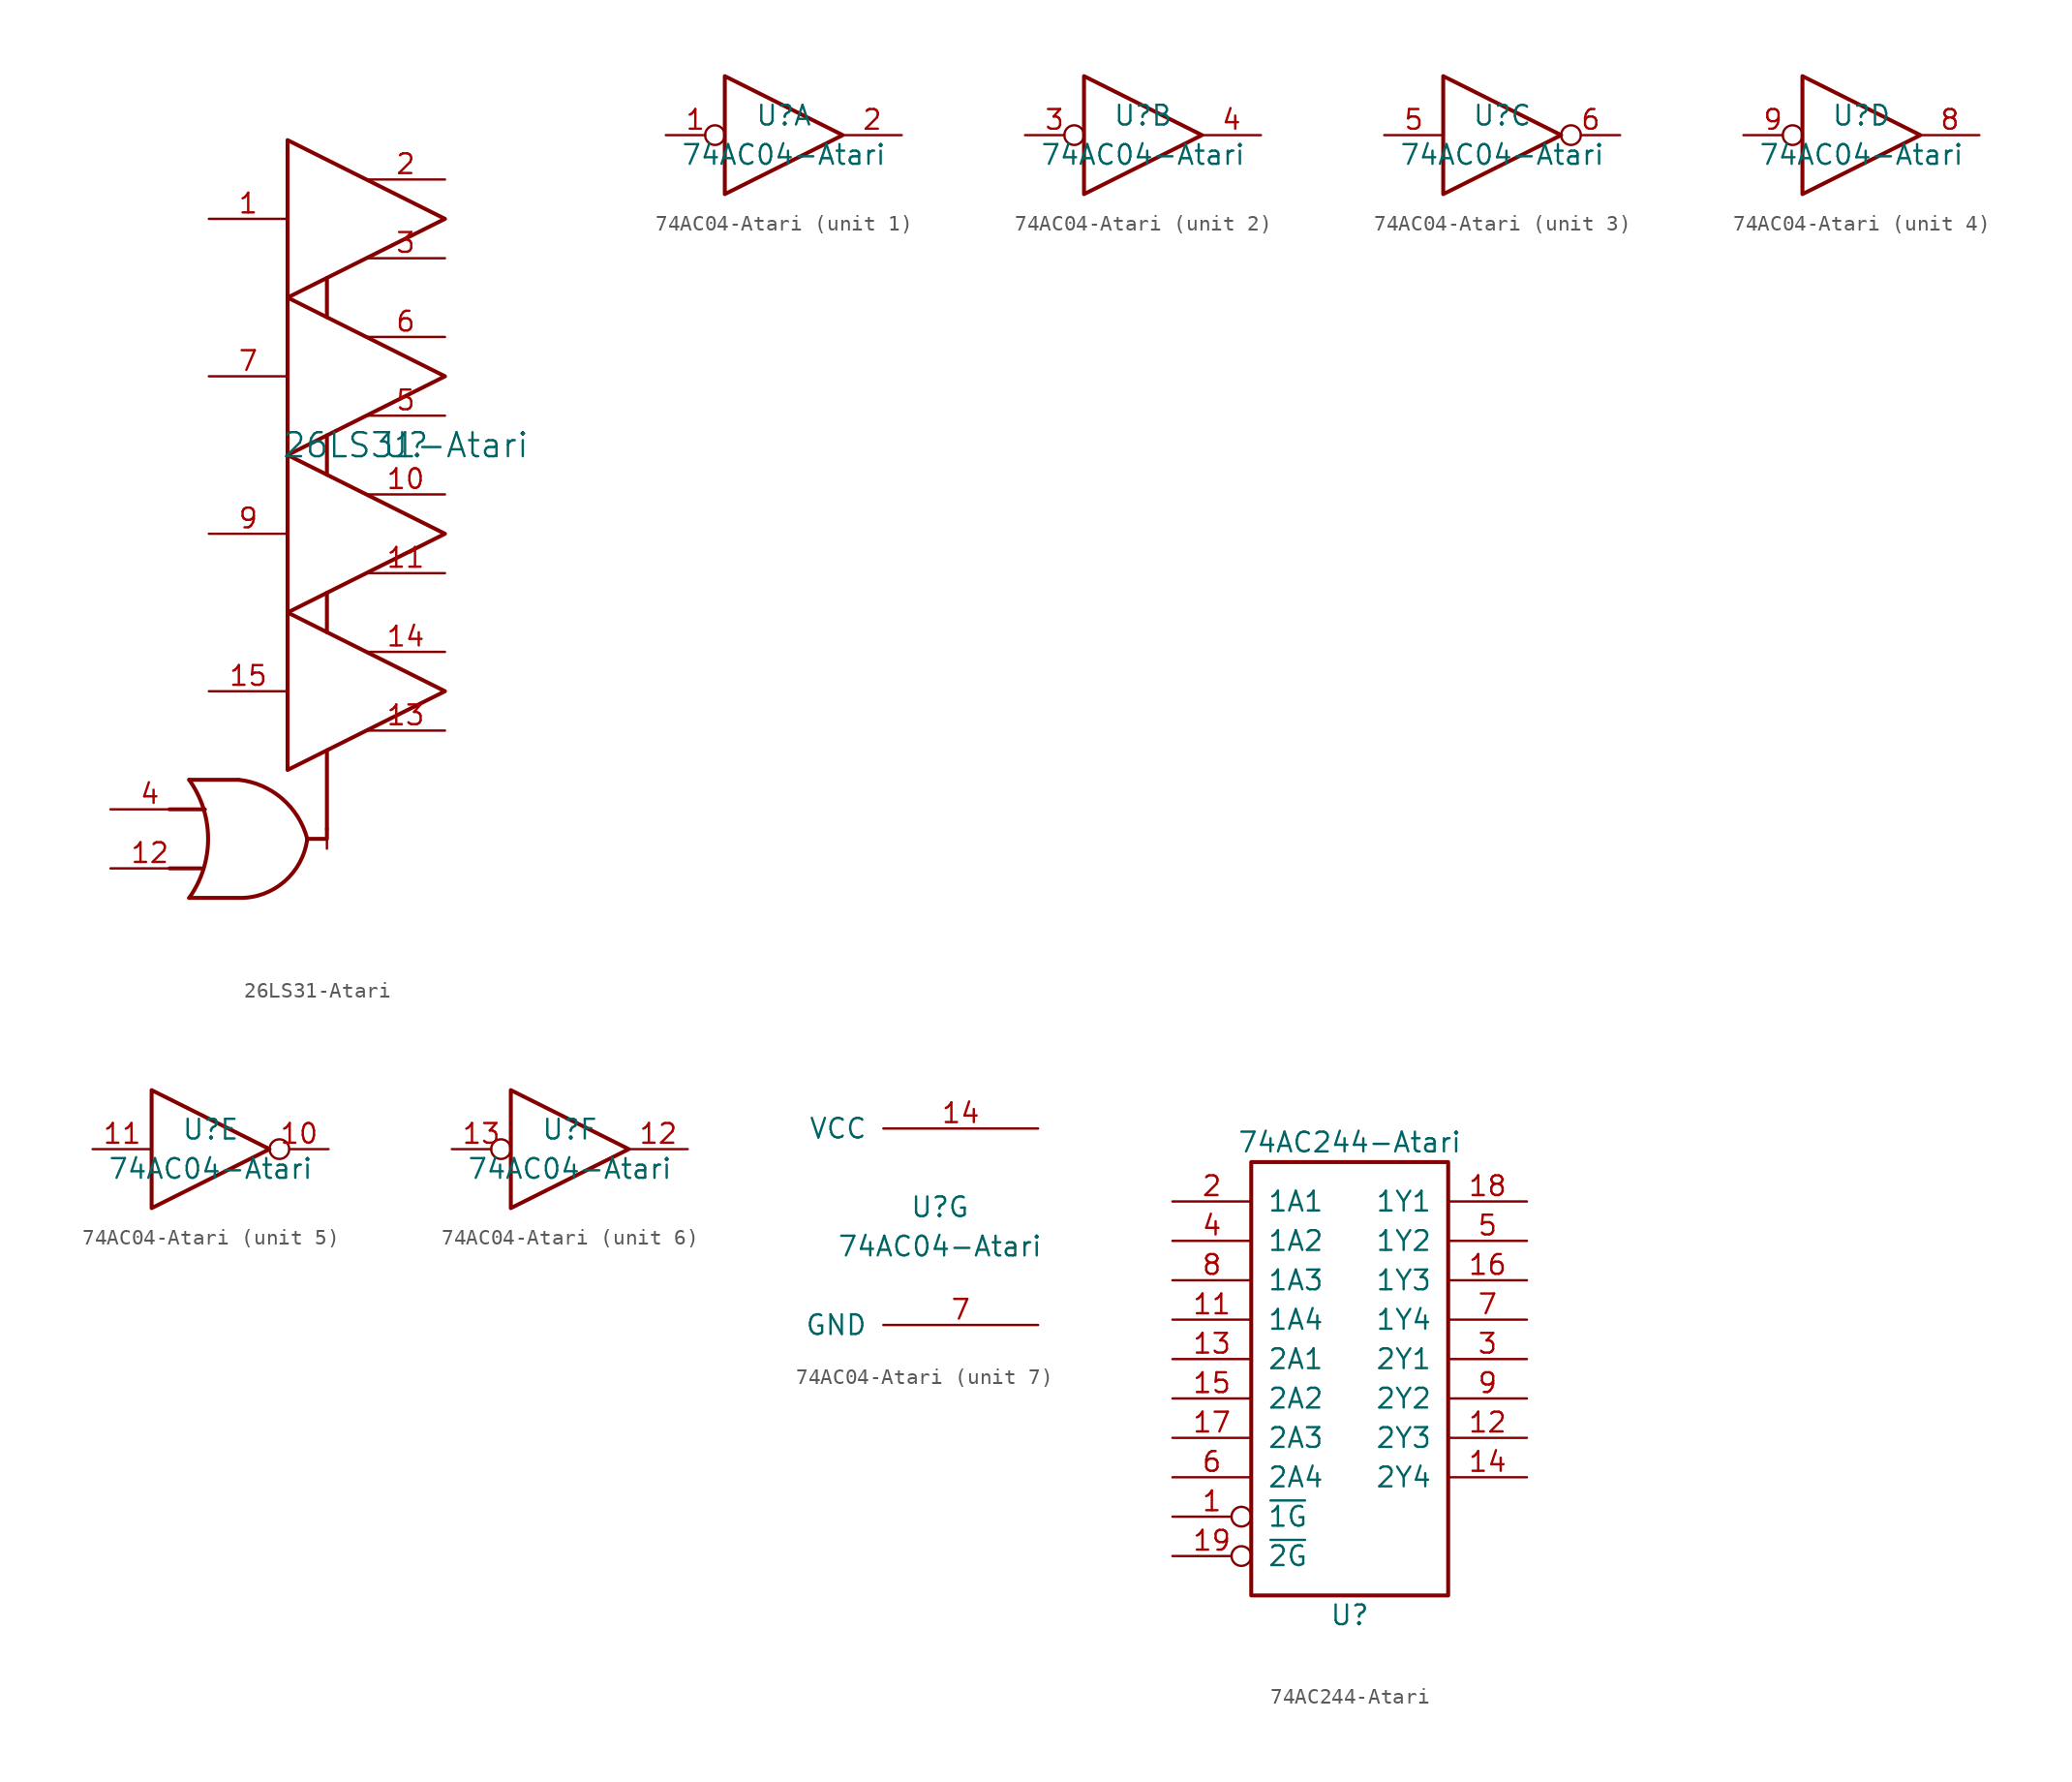
<source format=kicad_sym>
(kicad_symbol_lib
  (version 20231120)
  (generator "kicad_symbol_editor")
  (generator_version "8.0")
  (symbol "26LS31-Atari"
    (pin_names
      (offset 1.016))
    (property "Reference" "U"
      (at 3.81 0.635 0)
      (effects (font (size 1.549 1.549))))
    (property "Value" "26LS31-Atari"
      (at 3.81 0.635 0)
      (effects (font (size 1.549 1.549))))
    (symbol "26LS31-Atari_0_0"
      (polyline (pts (xy -9.398 -26.67) (xy -11.43 -26.67)) (stroke (width 0.254) (type solid)) (fill (type none)))
      (polyline (pts (xy -9.144 -22.86) (xy -11.43 -22.86)) (stroke (width 0.254) (type solid)) (fill (type none)))
      (polyline (pts (xy -1.27 -19.05) (xy -1.27 -24.13)) (stroke (width 0.254) (type solid)) (fill (type none)))
      (polyline (pts (xy -1.27 -8.89) (xy -1.27 -11.43)) (stroke (width 0.254) (type solid)) (fill (type none)))
      (polyline (pts (xy -1.27 1.27) (xy -1.27 -1.27)) (stroke (width 0.254) (type solid)) (fill (type none)))
      (polyline (pts (xy -1.27 11.43) (xy -1.27 8.89)) (stroke (width 0.254) (type solid)) (fill (type none)))
      (polyline (pts (xy -2.54 -24.765) (xy -1.27 -24.765) (xy -1.27 -24.13)) (stroke (width 0.254) (type solid)) (fill (type none)))
      (polyline (pts (xy -3.81 -10.16) (xy -3.81 -20.32) (xy 6.35 -15.24) (xy -3.81 -10.16)) (stroke (width 0.254) (type solid)) (fill (type none)))
      (polyline (pts (xy -3.81 0) (xy -3.81 -10.16) (xy 6.35 -5.08) (xy -3.81 0)) (stroke (width 0.254) (type solid)) (fill (type none)))
      (polyline (pts (xy -3.81 10.16) (xy 6.35 5.08) (xy -3.81 0) (xy -3.81 10.16)) (stroke (width 0.254) (type solid)) (fill (type none)))
      (polyline (pts (xy -3.81 20.32) (xy -3.81 10.16) (xy 6.35 15.24) (xy -3.81 20.32)) (stroke (width 0.254) (type solid)) (fill (type none))))
    (symbol "26LS31-Atari_0_1"
      (polyline (pts (xy -3.81 -19.685) (xy -3.81 -10.795)) (stroke (width 0.254) (type solid)) (fill (type none)))
      (polyline (pts (xy -3.81 -9.525) (xy -3.81 -0.635)) (stroke (width 0.254) (type solid)) (fill (type none)))
      (polyline (pts (xy -3.81 0.635) (xy -3.81 9.525)) (stroke (width 0.254) (type solid)) (fill (type none)))
      (polyline (pts (xy -3.81 10.795) (xy -3.81 19.685)) (stroke (width 0.254) (type solid)) (fill (type none)))
      (polyline (pts (xy -1.27 -25.4) (xy -1.27 -24.13)) (stroke (width 0) (type solid)) (fill (type none)))
      (pin power_in line (at -1.27 19.05 270) (length 0) hide (name "VCC" (effects (font (size 1.27 1.27)))) (number "16" (effects (font (size 1.27 1.27)))))
      (pin power_in line (at -1.27 -25.4 90) (length 5.08) hide (name "GND" (effects (font (size 1.27 1.27)))) (number "8" (effects (font (size 1.27 1.27))))))
    (symbol "26LS31-Atari_1_0"
      (pin input line (at -8.89 15.24 0) (length 5.08) (name "~" (effects (font (size 0 0)))) (number "1" (effects (font (size 1.27 1.27)))))
      (pin output line (at 6.35 -2.54 180) (length 5.08) (name "~" (effects (font (size 0 0)))) (number "10" (effects (font (size 1.27 1.27)))))
      (pin output line (at 6.35 -7.62 180) (length 5.08) (name "~" (effects (font (size 0 0)))) (number "11" (effects (font (size 1.27 1.27)))))
      (pin power_in line (at -15.24 -26.67 0) (length 5.08) (name "~" (effects (font (size 0 0)))) (number "12" (effects (font (size 1.27 1.27)))))
      (pin output line (at 6.35 -17.78 180) (length 5.08) (name "~" (effects (font (size 0 0)))) (number "13" (effects (font (size 1.27 1.27)))))
      (pin power_in line (at 6.35 -12.7 180) (length 5.08) (name "~" (effects (font (size 0 0)))) (number "14" (effects (font (size 1.27 1.27)))))
      (pin input line (at -8.89 -15.24 0) (length 5.08) (name "~" (effects (font (size 0 0)))) (number "15" (effects (font (size 1.27 1.27)))))
      (pin output line (at 6.35 17.78 180) (length 5.08) (name "~" (effects (font (size 0 0)))) (number "2" (effects (font (size 1.27 1.27)))))
      (pin output line (at 6.35 12.7 180) (length 5.08) (name "~" (effects (font (size 0 0)))) (number "3" (effects (font (size 1.27 1.27)))))
      (pin input line (at -15.24 -22.86 0) (length 5.08) (name "~" (effects (font (size 0 0)))) (number "4" (effects (font (size 1.27 1.27)))))
      (pin output line (at 6.35 2.54 180) (length 5.08) (name "~" (effects (font (size 0 0)))) (number "5" (effects (font (size 1.27 1.27)))))
      (pin output line (at 6.35 7.62 180) (length 5.08) (name "~" (effects (font (size 0 0)))) (number "6" (effects (font (size 1.27 1.27)))))
      (pin input line (at -8.89 5.08 0) (length 5.08) (name "~" (effects (font (size 0 0)))) (number "7" (effects (font (size 1.27 1.27)))))
      (pin input line (at -8.89 -5.08 0) (length 5.08) (name "~" (effects (font (size 0 0)))) (number "9" (effects (font (size 1.27 1.27))))))
    (symbol "26LS31-Atari_1_1"
      (arc (start -10.16 -28.575) (mid -8.939 -24.765) (end -10.16 -20.955) (stroke (width 0.254) (type solid)) (fill (type none)))
      (arc (start -6.9596 -28.575) (mid -4.012 -27.516) (end -2.54 -24.765) (stroke (width 0.254) (type solid)) (fill (type none)))
      (arc (start -2.54 -24.765) (mid -4.1585 -22.1714) (end -6.9596 -20.955) (stroke (width 0.254) (type solid)) (fill (type none)))
      (polyline (pts (xy -10.16 -20.955) (xy -6.985 -20.955)) (stroke (width 0.254) (type solid)) (fill (type none)))
      (polyline (pts (xy -10.16 -28.575) (xy -7.62 -28.575) (xy -6.985 -28.575)) (stroke (width 0.254) (type solid)) (fill (type none)))
      (polyline (pts (xy -6.985 -20.955) (xy -10.16 -20.955) (xy -10.16 -20.955) (xy -9.906 -21.361) (xy -9.373 -22.504) (xy -9.042 -23.724) (xy -8.966 -25.019) (xy -9.119 -26.264) (xy -9.525 -27.483) (xy -10.16 -28.575) (xy -10.16 -28.575) (xy -6.985 -28.575)) (stroke (width -25.4) (type solid)) (fill (type none)))))
  (symbol "74AC04-Atari"
    (pin_names
      (offset 1.016))
    (property "Reference" "U"
      (at 0 1.27 0)
      (effects (font (size 1.27 1.27))))
    (property "Value" "74AC04-Atari"
      (at 0 -1.27 0)
      (effects (font (size 1.27 1.27))))
    (property "ki_locked" ""
      (at 0 0 0)
      (effects (font (size 1.27 1.27))))
    (symbol "74AC04-Atari_1_0"
      (polyline (pts (xy -3.81 3.81) (xy -3.81 -3.81) (xy 3.81 0) (xy -3.81 3.81)) (stroke (width 0.254) (type solid)) (fill (type none)))
      (pin input inverted (at -7.62 0 0) (length 3.81) (name "~" (effects (font (size 1.27 1.27)))) (number "1" (effects (font (size 1.27 1.27)))))
      (pin output line (at 7.62 0 180) (length 3.81) (name "~" (effects (font (size 1.27 1.27)))) (number "2" (effects (font (size 1.27 1.27))))))
    (symbol "74AC04-Atari_2_0"
      (polyline (pts (xy -3.81 3.81) (xy -3.81 -3.81) (xy 3.81 0) (xy -3.81 3.81)) (stroke (width 0.254) (type solid)) (fill (type none)))
      (pin input inverted (at -7.62 0 0) (length 3.81) (name "~" (effects (font (size 1.27 1.27)))) (number "3" (effects (font (size 1.27 1.27)))))
      (pin output line (at 7.62 0 180) (length 3.81) (name "~" (effects (font (size 1.27 1.27)))) (number "4" (effects (font (size 1.27 1.27))))))
    (symbol "74AC04-Atari_3_0"
      (polyline (pts (xy -3.81 3.81) (xy -3.81 -3.81) (xy 3.81 0) (xy -3.81 3.81)) (stroke (width 0.254) (type solid)) (fill (type none)))
      (pin input line (at -7.62 0 0) (length 3.81) (name "~" (effects (font (size 1.27 1.27)))) (number "5" (effects (font (size 1.27 1.27)))))
      (pin output inverted (at 7.62 0 180) (length 3.81) (name "~" (effects (font (size 1.27 1.27)))) (number "6" (effects (font (size 1.27 1.27))))))
    (symbol "74AC04-Atari_4_0"
      (polyline (pts (xy -3.81 3.81) (xy -3.81 -3.81) (xy 3.81 0) (xy -3.81 3.81)) (stroke (width 0.254) (type solid)) (fill (type none)))
      (pin output line (at 7.62 0 180) (length 3.81) (name "~" (effects (font (size 1.27 1.27)))) (number "8" (effects (font (size 1.27 1.27)))))
      (pin input inverted (at -7.62 0 0) (length 3.81) (name "~" (effects (font (size 1.27 1.27)))) (number "9" (effects (font (size 1.27 1.27))))))
    (symbol "74AC04-Atari_5_0"
      (polyline (pts (xy -3.81 3.81) (xy -3.81 -3.81) (xy 3.81 0) (xy -3.81 3.81)) (stroke (width 0.254) (type solid)) (fill (type none)))
      (pin output inverted (at 7.62 0 180) (length 3.81) (name "~" (effects (font (size 1.27 1.27)))) (number "10" (effects (font (size 1.27 1.27)))))
      (pin input line (at -7.62 0 0) (length 3.81) (name "~" (effects (font (size 1.27 1.27)))) (number "11" (effects (font (size 1.27 1.27))))))
    (symbol "74AC04-Atari_6_0"
      (polyline (pts (xy -3.81 3.81) (xy -3.81 -3.81) (xy 3.81 0) (xy -3.81 3.81)) (stroke (width 0.254) (type solid)) (fill (type none)))
      (pin output line (at 7.62 0 180) (length 3.81) (name "~" (effects (font (size 1.27 1.27)))) (number "12" (effects (font (size 1.27 1.27)))))
      (pin input inverted (at -7.62 0 0) (length 3.81) (name "~" (effects (font (size 1.27 1.27)))) (number "13" (effects (font (size 1.27 1.27))))))
    (symbol "74AC04-Atari_7_0"
      (pin power_in line (at 6.35 6.35 180) (length 10.008) (name "VCC" (effects (font (size 1.27 1.27)))) (number "14" (effects (font (size 1.27 1.27)))))
      (pin power_in line (at 6.35 -6.35 180) (length 10.008) (name "GND" (effects (font (size 1.27 1.27)))) (number "7" (effects (font (size 1.27 1.27)))))))
  (symbol "74AC244-Atari"
    (pin_names
      (offset 1.016))
    (property "Reference" "U"
      (at 0 -15.24 0)
      (effects (font (size 1.27 1.27))))
    (property "Value" "74AC244-Atari"
      (at 0 15.24 0)
      (effects (font (size 1.27 1.27))))
    (property "ki_locked" ""
      (at 0 0 0)
      (effects (font (size 1.27 1.27))))
    (symbol "74AC244-Atari_1_0"
      (pin input inverted (at -11.43 -8.89 0) (length 5.08) (name "~{1G}" (effects (font (size 1.27 1.27)))) (number "1" (effects (font (size 1.27 1.27)))))
      (pin power_in line (at 0 -2.54 90) (length 5.08) hide (name "GND" (effects (font (size 1.27 1.27)))) (number "10" (effects (font (size 1.27 1.27)))))
      (pin input line (at -11.43 3.81 0) (length 5.08) (name "1A4" (effects (font (size 1.27 1.27)))) (number "11" (effects (font (size 1.27 1.27)))))
      (pin output line (at 11.43 -3.81 180) (length 5.08) (name "2Y3" (effects (font (size 1.27 1.27)))) (number "12" (effects (font (size 1.27 1.27)))))
      (pin input line (at -11.43 1.27 0) (length 5.08) (name "2A1" (effects (font (size 1.27 1.27)))) (number "13" (effects (font (size 1.27 1.27)))))
      (pin output line (at 11.43 -6.35 180) (length 5.08) (name "2Y4" (effects (font (size 1.27 1.27)))) (number "14" (effects (font (size 1.27 1.27)))))
      (pin input line (at -11.43 -1.27 0) (length 5.08) (name "2A2" (effects (font (size 1.27 1.27)))) (number "15" (effects (font (size 1.27 1.27)))))
      (pin output line (at 11.43 6.35 180) (length 5.08) (name "1Y3" (effects (font (size 1.27 1.27)))) (number "16" (effects (font (size 1.27 1.27)))))
      (pin input line (at -11.43 -3.81 0) (length 5.08) (name "2A3" (effects (font (size 1.27 1.27)))) (number "17" (effects (font (size 1.27 1.27)))))
      (pin output line (at 11.43 11.43 180) (length 5.08) (name "1Y1" (effects (font (size 1.27 1.27)))) (number "18" (effects (font (size 1.27 1.27)))))
      (pin input inverted (at -11.43 -11.43 0) (length 5.08) (name "~{2G}" (effects (font (size 1.27 1.27)))) (number "19" (effects (font (size 1.27 1.27)))))
      (pin input line (at -11.43 11.43 0) (length 5.08) (name "1A1" (effects (font (size 1.27 1.27)))) (number "2" (effects (font (size 1.27 1.27)))))
      (pin power_in line (at 0 2.54 270) (length 5.08) hide (name "VCC" (effects (font (size 1.27 1.27)))) (number "20" (effects (font (size 1.27 1.27)))))
      (pin output line (at 11.43 1.27 180) (length 5.08) (name "2Y1" (effects (font (size 1.27 1.27)))) (number "3" (effects (font (size 1.27 1.27)))))
      (pin input line (at -11.43 8.89 0) (length 5.08) (name "1A2" (effects (font (size 1.27 1.27)))) (number "4" (effects (font (size 1.27 1.27)))))
      (pin output line (at 11.43 8.89 180) (length 5.08) (name "1Y2" (effects (font (size 1.27 1.27)))) (number "5" (effects (font (size 1.27 1.27)))))
      (pin input line (at -11.43 -6.35 0) (length 5.08) (name "2A4" (effects (font (size 1.27 1.27)))) (number "6" (effects (font (size 1.27 1.27)))))
      (pin output line (at 11.43 3.81 180) (length 5.08) (name "1Y4" (effects (font (size 1.27 1.27)))) (number "7" (effects (font (size 1.27 1.27)))))
      (pin input line (at -11.43 6.35 0) (length 5.08) (name "1A3" (effects (font (size 1.27 1.27)))) (number "8" (effects (font (size 1.27 1.27)))))
      (pin output line (at 11.43 -1.27 180) (length 5.08) (name "2Y2" (effects (font (size 1.27 1.27)))) (number "9" (effects (font (size 1.27 1.27))))))
    (symbol "74AC244-Atari_1_1"
      (rectangle (start -6.35 13.97) (end 6.35 -13.97) (stroke (width 0.254) (type solid)) (fill (type none))))))
</source>
